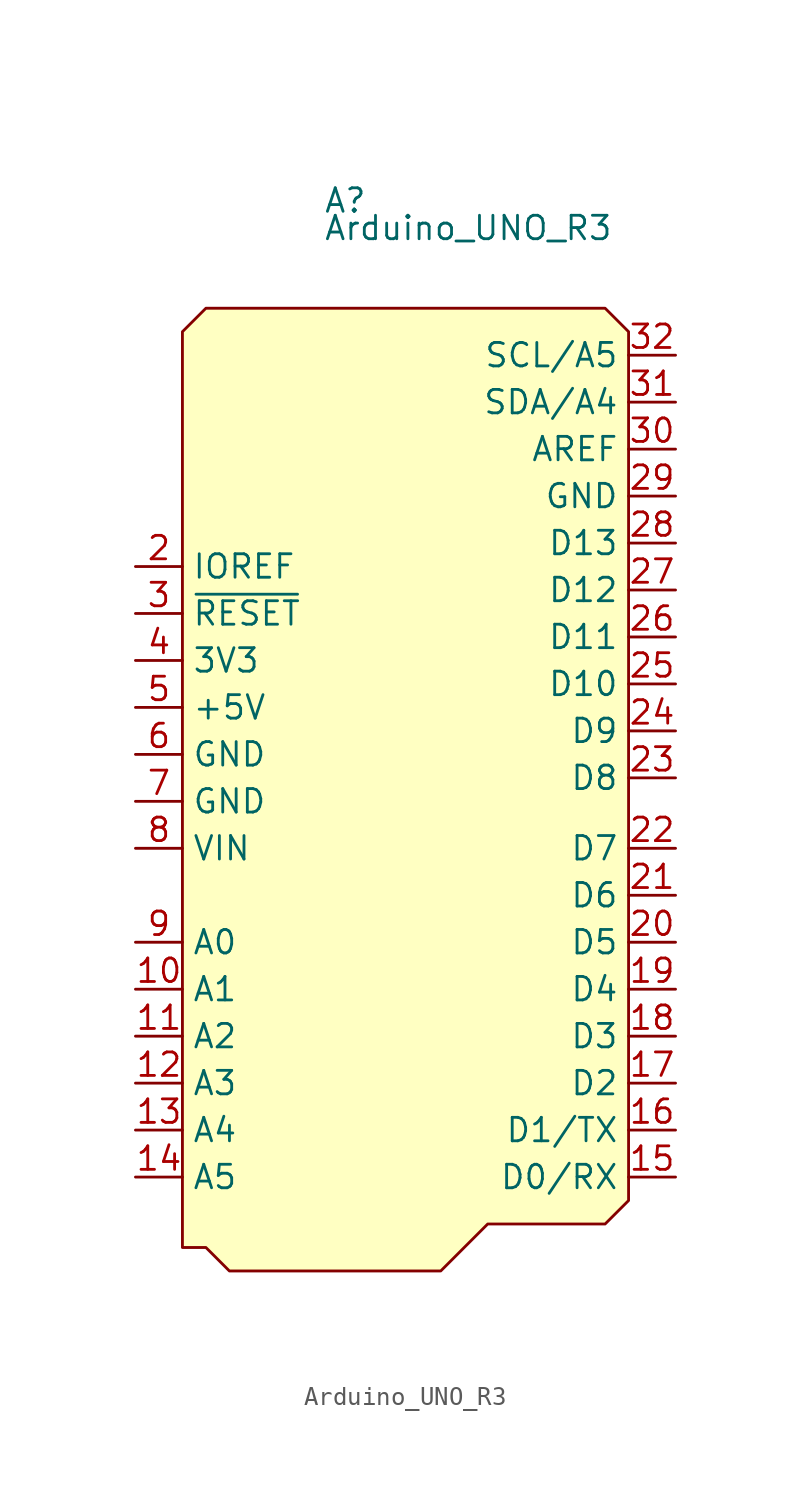
<source format=kicad_sym>
(kicad_symbol_lib
  (version 20231120)
  (generator "kicad_symbol_editor")
  (generator_version "8.0")
  (symbol "Arduino_UNO_R3"
    (property "Reference" "A"
      (at -2.54 33.02 0)
      (effects (font (size 1.27 1.27)) (justify left bottom)))
    (property "Value" "Arduino_UNO_R3"
      (at -2.54 33.02 0)
      (effects (font (size 1.27 1.27)) (justify left top)))
    (symbol "Arduino_UNO_R3_0_1"
      (polyline (pts (xy -10.16 26.67) (xy -10.16 -22.86) (xy -8.89 -22.86) (xy -7.62 -24.13) (xy 3.81 -24.13) (xy 6.35 -21.59) (xy 12.7 -21.59) (xy 13.97 -20.32) (xy 13.97 26.67) (xy 12.7 27.94) (xy -8.89 27.94) (xy -10.16 26.67)) (stroke (width 0) (type default)) (fill (type background))))
    (symbol "Arduino_UNO_R3_1_1"
      (pin no_connect line (at -12.7 16.51 0) (length 2.54) hide (name "NC" (effects (font (size 1.27 1.27)))) (number "1" (effects (font (size 1.27 1.27)))))
      (pin bidirectional line (at -12.7 -8.89 0) (length 2.54) (name "A1" (effects (font (size 1.27 1.27)))) (number "10" (effects (font (size 1.27 1.27)))))
      (pin bidirectional line (at -12.7 -11.43 0) (length 2.54) (name "A2" (effects (font (size 1.27 1.27)))) (number "11" (effects (font (size 1.27 1.27)))))
      (pin bidirectional line (at -12.7 -13.97 0) (length 2.54) (name "A3" (effects (font (size 1.27 1.27)))) (number "12" (effects (font (size 1.27 1.27)))))
      (pin bidirectional line (at -12.7 -16.51 0) (length 2.54) (name "A4" (effects (font (size 1.27 1.27)))) (number "13" (effects (font (size 1.27 1.27)))))
      (pin bidirectional line (at -12.7 -19.05 0) (length 2.54) (name "A5" (effects (font (size 1.27 1.27)))) (number "14" (effects (font (size 1.27 1.27)))))
      (pin bidirectional line (at 16.51 -19.05 180) (length 2.54) (name "D0/RX" (effects (font (size 1.27 1.27)))) (number "15" (effects (font (size 1.27 1.27)))))
      (pin bidirectional line (at 16.51 -16.51 180) (length 2.54) (name "D1/TX" (effects (font (size 1.27 1.27)))) (number "16" (effects (font (size 1.27 1.27)))))
      (pin bidirectional line (at 16.51 -13.97 180) (length 2.54) (name "D2" (effects (font (size 1.27 1.27)))) (number "17" (effects (font (size 1.27 1.27)))))
      (pin bidirectional line (at 16.51 -11.43 180) (length 2.54) (name "D3" (effects (font (size 1.27 1.27)))) (number "18" (effects (font (size 1.27 1.27)))))
      (pin bidirectional line (at 16.51 -8.89 180) (length 2.54) (name "D4" (effects (font (size 1.27 1.27)))) (number "19" (effects (font (size 1.27 1.27)))))
      (pin output line (at -12.7 13.97 0) (length 2.54) (name "IOREF" (effects (font (size 1.27 1.27)))) (number "2" (effects (font (size 1.27 1.27)))))
      (pin bidirectional line (at 16.51 -6.35 180) (length 2.54) (name "D5" (effects (font (size 1.27 1.27)))) (number "20" (effects (font (size 1.27 1.27)))))
      (pin bidirectional line (at 16.51 -3.81 180) (length 2.54) (name "D6" (effects (font (size 1.27 1.27)))) (number "21" (effects (font (size 1.27 1.27)))))
      (pin bidirectional line (at 16.51 -1.27 180) (length 2.54) (name "D7" (effects (font (size 1.27 1.27)))) (number "22" (effects (font (size 1.27 1.27)))))
      (pin bidirectional line (at 16.51 2.54 180) (length 2.54) (name "D8" (effects (font (size 1.27 1.27)))) (number "23" (effects (font (size 1.27 1.27)))))
      (pin bidirectional line (at 16.51 5.08 180) (length 2.54) (name "D9" (effects (font (size 1.27 1.27)))) (number "24" (effects (font (size 1.27 1.27)))))
      (pin bidirectional line (at 16.51 7.62 180) (length 2.54) (name "D10" (effects (font (size 1.27 1.27)))) (number "25" (effects (font (size 1.27 1.27)))))
      (pin bidirectional line (at 16.51 10.16 180) (length 2.54) (name "D11" (effects (font (size 1.27 1.27)))) (number "26" (effects (font (size 1.27 1.27)))))
      (pin bidirectional line (at 16.51 12.7 180) (length 2.54) (name "D12" (effects (font (size 1.27 1.27)))) (number "27" (effects (font (size 1.27 1.27)))))
      (pin bidirectional line (at 16.51 15.24 180) (length 2.54) (name "D13" (effects (font (size 1.27 1.27)))) (number "28" (effects (font (size 1.27 1.27)))))
      (pin power_in line (at 16.51 17.78 180) (length 2.54) (name "GND" (effects (font (size 1.27 1.27)))) (number "29" (effects (font (size 1.27 1.27)))))
      (pin input line (at -12.7 11.43 0) (length 2.54) (name "~{RESET}" (effects (font (size 1.27 1.27)))) (number "3" (effects (font (size 1.27 1.27)))))
      (pin input line (at 16.51 20.32 180) (length 2.54) (name "AREF" (effects (font (size 1.27 1.27)))) (number "30" (effects (font (size 1.27 1.27)))))
      (pin bidirectional line (at 16.51 22.86 180) (length 2.54) (name "SDA/A4" (effects (font (size 1.27 1.27)))) (number "31" (effects (font (size 1.27 1.27)))))
      (pin bidirectional line (at 16.51 25.4 180) (length 2.54) (name "SCL/A5" (effects (font (size 1.27 1.27)))) (number "32" (effects (font (size 1.27 1.27)))))
      (pin power_out line (at -12.7 8.89 0) (length 2.54) (name "3V3" (effects (font (size 1.27 1.27)))) (number "4" (effects (font (size 1.27 1.27)))))
      (pin power_out line (at -12.7 6.35 0) (length 2.54) (name "+5V" (effects (font (size 1.27 1.27)))) (number "5" (effects (font (size 1.27 1.27)))))
      (pin power_in line (at -12.7 3.81 0) (length 2.54) (name "GND" (effects (font (size 1.27 1.27)))) (number "6" (effects (font (size 1.27 1.27)))))
      (pin power_in line (at -12.7 1.27 0) (length 2.54) (name "GND" (effects (font (size 1.27 1.27)))) (number "7" (effects (font (size 1.27 1.27)))))
      (pin power_in line (at -12.7 -1.27 0) (length 2.54) (name "VIN" (effects (font (size 1.27 1.27)))) (number "8" (effects (font (size 1.27 1.27)))))
      (pin bidirectional line (at -12.7 -6.35 0) (length 2.54) (name "A0" (effects (font (size 1.27 1.27)))) (number "9" (effects (font (size 1.27 1.27))))))))
</source>
